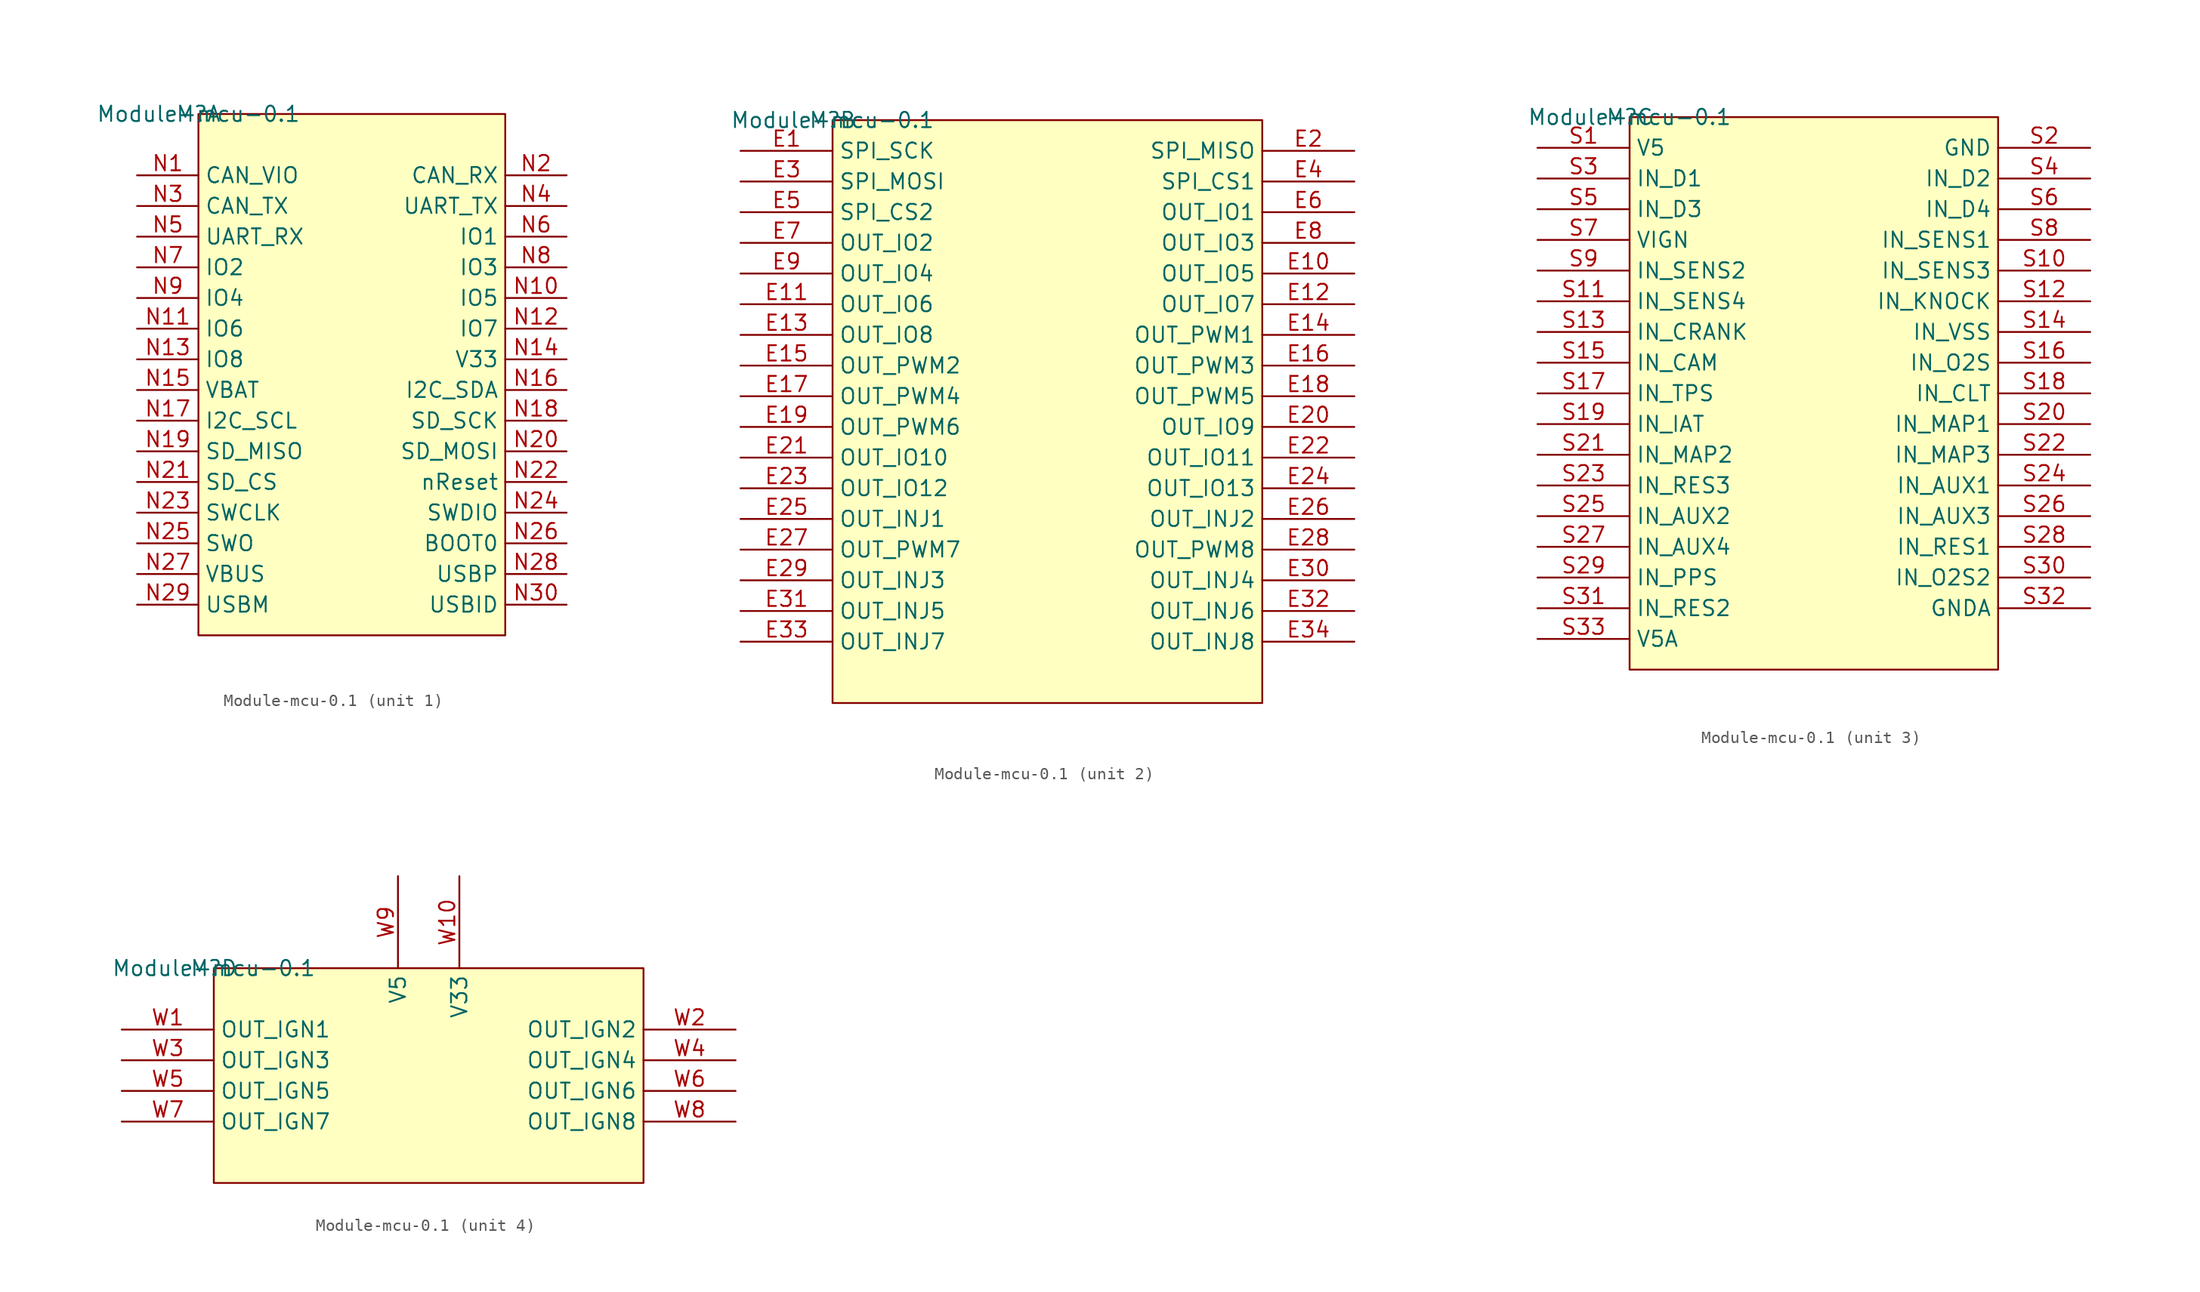
<source format=kicad_sym>
(kicad_symbol_lib
  (version 20201005)
  (generator kicad_symbol_editor)
  (symbol "mcu:Module-mcu-0.1"
    (property "Reference" "M"
      (at 0 0 0)
      (effects (font (size 1.27 1.27))))
    (property "Value" "Module-mcu-0.1"
      (at 0 0 0)
      (effects (font (size 1.27 1.27))))
    (symbol "Module-mcu-0.1_1_0"
      (rectangle (start 25.4 0) (end 0 -43.18) (stroke (width 0)) (fill (type background)))
      (pin passive line (at -5.08 -5.08 0) (length 5.08) (name "CAN_VIO" (effects (font (size 1.27 1.27)))) (number "N1" (effects (font (size 1.27 1.27)))))
      (pin passive line (at 30.48 -5.08 180) (length 5.08) (name "CAN_RX" (effects (font (size 1.27 1.27)))) (number "N2" (effects (font (size 1.27 1.27)))))
      (pin passive line (at -5.08 -7.62 0) (length 5.08) (name "CAN_TX" (effects (font (size 1.27 1.27)))) (number "N3" (effects (font (size 1.27 1.27)))))
      (pin passive line (at 30.48 -7.62 180) (length 5.08) (name "UART_TX" (effects (font (size 1.27 1.27)))) (number "N4" (effects (font (size 1.27 1.27)))))
      (pin passive line (at -5.08 -10.16 0) (length 5.08) (name "UART_RX" (effects (font (size 1.27 1.27)))) (number "N5" (effects (font (size 1.27 1.27)))))
      (pin passive line (at 30.48 -10.16 180) (length 5.08) (name "IO1" (effects (font (size 1.27 1.27)))) (number "N6" (effects (font (size 1.27 1.27)))))
      (pin passive line (at -5.08 -12.7 0) (length 5.08) (name "IO2" (effects (font (size 1.27 1.27)))) (number "N7" (effects (font (size 1.27 1.27)))))
      (pin passive line (at 30.48 -12.7 180) (length 5.08) (name "IO3" (effects (font (size 1.27 1.27)))) (number "N8" (effects (font (size 1.27 1.27)))))
      (pin passive line (at -5.08 -15.24 0) (length 5.08) (name "IO4" (effects (font (size 1.27 1.27)))) (number "N9" (effects (font (size 1.27 1.27)))))
      (pin passive line (at 30.48 -15.24 180) (length 5.08) (name "IO5" (effects (font (size 1.27 1.27)))) (number "N10" (effects (font (size 1.27 1.27)))))
      (pin passive line (at -5.08 -17.78 0) (length 5.08) (name "IO6" (effects (font (size 1.27 1.27)))) (number "N11" (effects (font (size 1.27 1.27)))))
      (pin passive line (at 30.48 -17.78 180) (length 5.08) (name "IO7" (effects (font (size 1.27 1.27)))) (number "N12" (effects (font (size 1.27 1.27)))))
      (pin passive line (at -5.08 -20.32 0) (length 5.08) (name "IO8" (effects (font (size 1.27 1.27)))) (number "N13" (effects (font (size 1.27 1.27)))))
      (pin passive line (at 30.48 -20.32 180) (length 5.08) (name "V33" (effects (font (size 1.27 1.27)))) (number "N14" (effects (font (size 1.27 1.27)))))
      (pin passive line (at -5.08 -22.86 0) (length 5.08) (name "VBAT" (effects (font (size 1.27 1.27)))) (number "N15" (effects (font (size 1.27 1.27)))))
      (pin passive line (at 30.48 -22.86 180) (length 5.08) (name "I2C_SDA" (effects (font (size 1.27 1.27)))) (number "N16" (effects (font (size 1.27 1.27)))))
      (pin passive line (at -5.08 -25.4 0) (length 5.08) (name "I2C_SCL" (effects (font (size 1.27 1.27)))) (number "N17" (effects (font (size 1.27 1.27)))))
      (pin passive line (at 30.48 -25.4 180) (length 5.08) (name "SD_SCK" (effects (font (size 1.27 1.27)))) (number "N18" (effects (font (size 1.27 1.27)))))
      (pin passive line (at -5.08 -27.94 0) (length 5.08) (name "SD_MISO" (effects (font (size 1.27 1.27)))) (number "N19" (effects (font (size 1.27 1.27)))))
      (pin passive line (at 30.48 -27.94 180) (length 5.08) (name "SD_MOSI" (effects (font (size 1.27 1.27)))) (number "N20" (effects (font (size 1.27 1.27)))))
      (pin passive line (at -5.08 -30.48 0) (length 5.08) (name "SD_CS" (effects (font (size 1.27 1.27)))) (number "N21" (effects (font (size 1.27 1.27)))))
      (pin passive line (at 30.48 -30.48 180) (length 5.08) (name "nReset" (effects (font (size 1.27 1.27)))) (number "N22" (effects (font (size 1.27 1.27)))))
      (pin passive line (at -5.08 -33.02 0) (length 5.08) (name "SWCLK" (effects (font (size 1.27 1.27)))) (number "N23" (effects (font (size 1.27 1.27)))))
      (pin passive line (at 30.48 -33.02 180) (length 5.08) (name "SWDIO" (effects (font (size 1.27 1.27)))) (number "N24" (effects (font (size 1.27 1.27)))))
      (pin passive line (at -5.08 -35.56 0) (length 5.08) (name "SWO" (effects (font (size 1.27 1.27)))) (number "N25" (effects (font (size 1.27 1.27)))))
      (pin passive line (at 30.48 -35.56 180) (length 5.08) (name "BOOT0" (effects (font (size 1.27 1.27)))) (number "N26" (effects (font (size 1.27 1.27)))))
      (pin passive line (at -5.08 -38.1 0) (length 5.08) (name "VBUS" (effects (font (size 1.27 1.27)))) (number "N27" (effects (font (size 1.27 1.27)))))
      (pin passive line (at 30.48 -38.1 180) (length 5.08) (name "USBP" (effects (font (size 1.27 1.27)))) (number "N28" (effects (font (size 1.27 1.27)))))
      (pin passive line (at -5.08 -40.64 0) (length 5.08) (name "USBM" (effects (font (size 1.27 1.27)))) (number "N29" (effects (font (size 1.27 1.27)))))
      (pin passive line (at 30.48 -40.64 180) (length 5.08) (name "USBID" (effects (font (size 1.27 1.27)))) (number "N30" (effects (font (size 1.27 1.27))))))
    (symbol "Module-mcu-0.1_2_0"
      (rectangle (start 35.56 0) (end 0 -48.26) (stroke (width 0)) (fill (type background)))
      (pin passive line (at -7.62 -2.54 0) (length 7.62) (name "SPI_SCK" (effects (font (size 1.27 1.27)))) (number "E1" (effects (font (size 1.27 1.27)))))
      (pin passive line (at 43.18 -5.08 180) (length 7.62) (name "SPI_CS1" (effects (font (size 1.27 1.27)))) (number "E4" (effects (font (size 1.27 1.27)))))
      (pin passive line (at 43.18 -2.54 180) (length 7.62) (name "SPI_MISO" (effects (font (size 1.27 1.27)))) (number "E2" (effects (font (size 1.27 1.27)))))
      (pin passive line (at -7.62 -5.08 0) (length 7.62) (name "SPI_MOSI" (effects (font (size 1.27 1.27)))) (number "E3" (effects (font (size 1.27 1.27)))))
      (pin passive line (at -7.62 -7.62 0) (length 7.62) (name "SPI_CS2" (effects (font (size 1.27 1.27)))) (number "E5" (effects (font (size 1.27 1.27)))))
      (pin passive line (at 43.18 -7.62 180) (length 7.62) (name "OUT_IO1" (effects (font (size 1.27 1.27)))) (number "E6" (effects (font (size 1.27 1.27)))))
      (pin passive line (at -7.62 -10.16 0) (length 7.62) (name "OUT_IO2" (effects (font (size 1.27 1.27)))) (number "E7" (effects (font (size 1.27 1.27)))))
      (pin passive line (at 43.18 -10.16 180) (length 7.62) (name "OUT_IO3" (effects (font (size 1.27 1.27)))) (number "E8" (effects (font (size 1.27 1.27)))))
      (pin passive line (at -7.62 -12.7 0) (length 7.62) (name "OUT_IO4" (effects (font (size 1.27 1.27)))) (number "E9" (effects (font (size 1.27 1.27)))))
      (pin passive line (at 43.18 -12.7 180) (length 7.62) (name "OUT_IO5" (effects (font (size 1.27 1.27)))) (number "E10" (effects (font (size 1.27 1.27)))))
      (pin passive line (at -7.62 -15.24 0) (length 7.62) (name "OUT_IO6" (effects (font (size 1.27 1.27)))) (number "E11" (effects (font (size 1.27 1.27)))))
      (pin passive line (at 43.18 -15.24 180) (length 7.62) (name "OUT_IO7" (effects (font (size 1.27 1.27)))) (number "E12" (effects (font (size 1.27 1.27)))))
      (pin passive line (at -7.62 -17.78 0) (length 7.62) (name "OUT_IO8" (effects (font (size 1.27 1.27)))) (number "E13" (effects (font (size 1.27 1.27)))))
      (pin passive line (at 43.18 -17.78 180) (length 7.62) (name "OUT_PWM1" (effects (font (size 1.27 1.27)))) (number "E14" (effects (font (size 1.27 1.27)))))
      (pin passive line (at -7.62 -20.32 0) (length 7.62) (name "OUT_PWM2" (effects (font (size 1.27 1.27)))) (number "E15" (effects (font (size 1.27 1.27)))))
      (pin passive line (at 43.18 -20.32 180) (length 7.62) (name "OUT_PWM3" (effects (font (size 1.27 1.27)))) (number "E16" (effects (font (size 1.27 1.27)))))
      (pin passive line (at -7.62 -22.86 0) (length 7.62) (name "OUT_PWM4" (effects (font (size 1.27 1.27)))) (number "E17" (effects (font (size 1.27 1.27)))))
      (pin passive line (at 43.18 -22.86 180) (length 7.62) (name "OUT_PWM5" (effects (font (size 1.27 1.27)))) (number "E18" (effects (font (size 1.27 1.27)))))
      (pin passive line (at -7.62 -25.4 0) (length 7.62) (name "OUT_PWM6" (effects (font (size 1.27 1.27)))) (number "E19" (effects (font (size 1.27 1.27)))))
      (pin passive line (at 43.18 -25.4 180) (length 7.62) (name "OUT_IO9" (effects (font (size 1.27 1.27)))) (number "E20" (effects (font (size 1.27 1.27)))))
      (pin passive line (at -7.62 -27.94 0) (length 7.62) (name "OUT_IO10" (effects (font (size 1.27 1.27)))) (number "E21" (effects (font (size 1.27 1.27)))))
      (pin passive line (at 43.18 -27.94 180) (length 7.62) (name "OUT_IO11" (effects (font (size 1.27 1.27)))) (number "E22" (effects (font (size 1.27 1.27)))))
      (pin passive line (at -7.62 -30.48 0) (length 7.62) (name "OUT_IO12" (effects (font (size 1.27 1.27)))) (number "E23" (effects (font (size 1.27 1.27)))))
      (pin passive line (at 43.18 -30.48 180) (length 7.62) (name "OUT_IO13" (effects (font (size 1.27 1.27)))) (number "E24" (effects (font (size 1.27 1.27)))))
      (pin passive line (at -7.62 -33.02 0) (length 7.62) (name "OUT_INJ1" (effects (font (size 1.27 1.27)))) (number "E25" (effects (font (size 1.27 1.27)))))
      (pin passive line (at 43.18 -33.02 180) (length 7.62) (name "OUT_INJ2" (effects (font (size 1.27 1.27)))) (number "E26" (effects (font (size 1.27 1.27)))))
      (pin passive line (at -7.62 -35.56 0) (length 7.62) (name "OUT_PWM7" (effects (font (size 1.27 1.27)))) (number "E27" (effects (font (size 1.27 1.27)))))
      (pin passive line (at 43.18 -35.56 180) (length 7.62) (name "OUT_PWM8" (effects (font (size 1.27 1.27)))) (number "E28" (effects (font (size 1.27 1.27)))))
      (pin passive line (at -7.62 -38.1 0) (length 7.62) (name "OUT_INJ3" (effects (font (size 1.27 1.27)))) (number "E29" (effects (font (size 1.27 1.27)))))
      (pin passive line (at 43.18 -38.1 180) (length 7.62) (name "OUT_INJ4" (effects (font (size 1.27 1.27)))) (number "E30" (effects (font (size 1.27 1.27)))))
      (pin passive line (at -7.62 -40.64 0) (length 7.62) (name "OUT_INJ5" (effects (font (size 1.27 1.27)))) (number "E31" (effects (font (size 1.27 1.27)))))
      (pin passive line (at 43.18 -40.64 180) (length 7.62) (name "OUT_INJ6" (effects (font (size 1.27 1.27)))) (number "E32" (effects (font (size 1.27 1.27)))))
      (pin passive line (at -7.62 -43.18 0) (length 7.62) (name "OUT_INJ7" (effects (font (size 1.27 1.27)))) (number "E33" (effects (font (size 1.27 1.27)))))
      (pin passive line (at 43.18 -43.18 180) (length 7.62) (name "OUT_INJ8" (effects (font (size 1.27 1.27)))) (number "E34" (effects (font (size 1.27 1.27))))))
    (symbol "Module-mcu-0.1_3_0"
      (rectangle (start 30.48 0) (end 0 -45.72) (stroke (width 0)) (fill (type background)))
      (pin passive line (at -7.62 -2.54 0) (length 7.62) (name "V5" (effects (font (size 1.27 1.27)))) (number "S1" (effects (font (size 1.27 1.27)))))
      (pin passive line (at 38.1 -2.54 180) (length 7.62) (name "GND" (effects (font (size 1.27 1.27)))) (number "S2" (effects (font (size 1.27 1.27)))))
      (pin passive line (at -7.62 -5.08 0) (length 7.62) (name "IN_D1" (effects (font (size 1.27 1.27)))) (number "S3" (effects (font (size 1.27 1.27)))))
      (pin passive line (at 38.1 -5.08 180) (length 7.62) (name "IN_D2" (effects (font (size 1.27 1.27)))) (number "S4" (effects (font (size 1.27 1.27)))))
      (pin passive line (at -7.62 -7.62 0) (length 7.62) (name "IN_D3" (effects (font (size 1.27 1.27)))) (number "S5" (effects (font (size 1.27 1.27)))))
      (pin passive line (at 38.1 -7.62 180) (length 7.62) (name "IN_D4" (effects (font (size 1.27 1.27)))) (number "S6" (effects (font (size 1.27 1.27)))))
      (pin passive line (at -7.62 -10.16 0) (length 7.62) (name "VIGN" (effects (font (size 1.27 1.27)))) (number "S7" (effects (font (size 1.27 1.27)))))
      (pin passive line (at 38.1 -10.16 180) (length 7.62) (name "IN_SENS1" (effects (font (size 1.27 1.27)))) (number "S8" (effects (font (size 1.27 1.27)))))
      (pin passive line (at -7.62 -12.7 0) (length 7.62) (name "IN_SENS2" (effects (font (size 1.27 1.27)))) (number "S9" (effects (font (size 1.27 1.27)))))
      (pin passive line (at 38.1 -12.7 180) (length 7.62) (name "IN_SENS3" (effects (font (size 1.27 1.27)))) (number "S10" (effects (font (size 1.27 1.27)))))
      (pin passive line (at -7.62 -15.24 0) (length 7.62) (name "IN_SENS4" (effects (font (size 1.27 1.27)))) (number "S11" (effects (font (size 1.27 1.27)))))
      (pin passive line (at 38.1 -15.24 180) (length 7.62) (name "IN_KNOCK" (effects (font (size 1.27 1.27)))) (number "S12" (effects (font (size 1.27 1.27)))))
      (pin passive line (at -7.62 -17.78 0) (length 7.62) (name "IN_CRANK" (effects (font (size 1.27 1.27)))) (number "S13" (effects (font (size 1.27 1.27)))))
      (pin passive line (at 38.1 -17.78 180) (length 7.62) (name "IN_VSS" (effects (font (size 1.27 1.27)))) (number "S14" (effects (font (size 1.27 1.27)))))
      (pin passive line (at -7.62 -20.32 0) (length 7.62) (name "IN_CAM" (effects (font (size 1.27 1.27)))) (number "S15" (effects (font (size 1.27 1.27)))))
      (pin passive line (at 38.1 -20.32 180) (length 7.62) (name "IN_O2S" (effects (font (size 1.27 1.27)))) (number "S16" (effects (font (size 1.27 1.27)))))
      (pin passive line (at -7.62 -22.86 0) (length 7.62) (name "IN_TPS" (effects (font (size 1.27 1.27)))) (number "S17" (effects (font (size 1.27 1.27)))))
      (pin passive line (at 38.1 -22.86 180) (length 7.62) (name "IN_CLT" (effects (font (size 1.27 1.27)))) (number "S18" (effects (font (size 1.27 1.27)))))
      (pin passive line (at -7.62 -25.4 0) (length 7.62) (name "IN_IAT" (effects (font (size 1.27 1.27)))) (number "S19" (effects (font (size 1.27 1.27)))))
      (pin passive line (at 38.1 -25.4 180) (length 7.62) (name "IN_MAP1" (effects (font (size 1.27 1.27)))) (number "S20" (effects (font (size 1.27 1.27)))))
      (pin passive line (at -7.62 -27.94 0) (length 7.62) (name "IN_MAP2" (effects (font (size 1.27 1.27)))) (number "S21" (effects (font (size 1.27 1.27)))))
      (pin passive line (at 38.1 -27.94 180) (length 7.62) (name "IN_MAP3" (effects (font (size 1.27 1.27)))) (number "S22" (effects (font (size 1.27 1.27)))))
      (pin passive line (at -7.62 -30.48 0) (length 7.62) (name "IN_RES3" (effects (font (size 1.27 1.27)))) (number "S23" (effects (font (size 1.27 1.27)))))
      (pin passive line (at 38.1 -30.48 180) (length 7.62) (name "IN_AUX1" (effects (font (size 1.27 1.27)))) (number "S24" (effects (font (size 1.27 1.27)))))
      (pin passive line (at -7.62 -33.02 0) (length 7.62) (name "IN_AUX2" (effects (font (size 1.27 1.27)))) (number "S25" (effects (font (size 1.27 1.27)))))
      (pin passive line (at 38.1 -33.02 180) (length 7.62) (name "IN_AUX3" (effects (font (size 1.27 1.27)))) (number "S26" (effects (font (size 1.27 1.27)))))
      (pin passive line (at -7.62 -35.56 0) (length 7.62) (name "IN_AUX4" (effects (font (size 1.27 1.27)))) (number "S27" (effects (font (size 1.27 1.27)))))
      (pin passive line (at 38.1 -35.56 180) (length 7.62) (name "IN_RES1" (effects (font (size 1.27 1.27)))) (number "S28" (effects (font (size 1.27 1.27)))))
      (pin passive line (at -7.62 -38.1 0) (length 7.62) (name "IN_PPS" (effects (font (size 1.27 1.27)))) (number "S29" (effects (font (size 1.27 1.27)))))
      (pin passive line (at 38.1 -38.1 180) (length 7.62) (name "IN_O2S2" (effects (font (size 1.27 1.27)))) (number "S30" (effects (font (size 1.27 1.27)))))
      (pin passive line (at -7.62 -40.64 0) (length 7.62) (name "IN_RES2" (effects (font (size 1.27 1.27)))) (number "S31" (effects (font (size 1.27 1.27)))))
      (pin passive line (at 38.1 -40.64 180) (length 7.62) (name "GNDA" (effects (font (size 1.27 1.27)))) (number "S32" (effects (font (size 1.27 1.27)))))
      (pin passive line (at -7.62 -43.18 0) (length 7.62) (name "V5A" (effects (font (size 1.27 1.27)))) (number "S33" (effects (font (size 1.27 1.27))))))
    (symbol "Module-mcu-0.1_4_0"
      (rectangle (start 35.56 0) (end 0 -17.78) (stroke (width 0)) (fill (type background)))
      (pin passive line (at -7.62 -5.08 0) (length 7.62) (name "OUT_IGN1" (effects (font (size 1.27 1.27)))) (number "W1" (effects (font (size 1.27 1.27)))))
      (pin passive line (at 43.18 -5.08 180) (length 7.62) (name "OUT_IGN2" (effects (font (size 1.27 1.27)))) (number "W2" (effects (font (size 1.27 1.27)))))
      (pin passive line (at -7.62 -7.62 0) (length 7.62) (name "OUT_IGN3" (effects (font (size 1.27 1.27)))) (number "W3" (effects (font (size 1.27 1.27)))))
      (pin passive line (at 43.18 -7.62 180) (length 7.62) (name "OUT_IGN4" (effects (font (size 1.27 1.27)))) (number "W4" (effects (font (size 1.27 1.27)))))
      (pin passive line (at -7.62 -10.16 0) (length 7.62) (name "OUT_IGN5" (effects (font (size 1.27 1.27)))) (number "W5" (effects (font (size 1.27 1.27)))))
      (pin passive line (at 43.18 -10.16 180) (length 7.62) (name "OUT_IGN6" (effects (font (size 1.27 1.27)))) (number "W6" (effects (font (size 1.27 1.27)))))
      (pin passive line (at -7.62 -12.7 0) (length 7.62) (name "OUT_IGN7" (effects (font (size 1.27 1.27)))) (number "W7" (effects (font (size 1.27 1.27)))))
      (pin passive line (at 43.18 -12.7 180) (length 7.62) (name "OUT_IGN8" (effects (font (size 1.27 1.27)))) (number "W8" (effects (font (size 1.27 1.27)))))
      (pin passive line (at 15.24 7.62 270) (length 7.62) (name "V5" (effects (font (size 1.27 1.27)))) (number "W9" (effects (font (size 1.27 1.27)))))
      (pin passive line (at 20.32 7.62 270) (length 7.62) (name "V33" (effects (font (size 1.27 1.27)))) (number "W10" (effects (font (size 1.27 1.27))))))))
</source>
